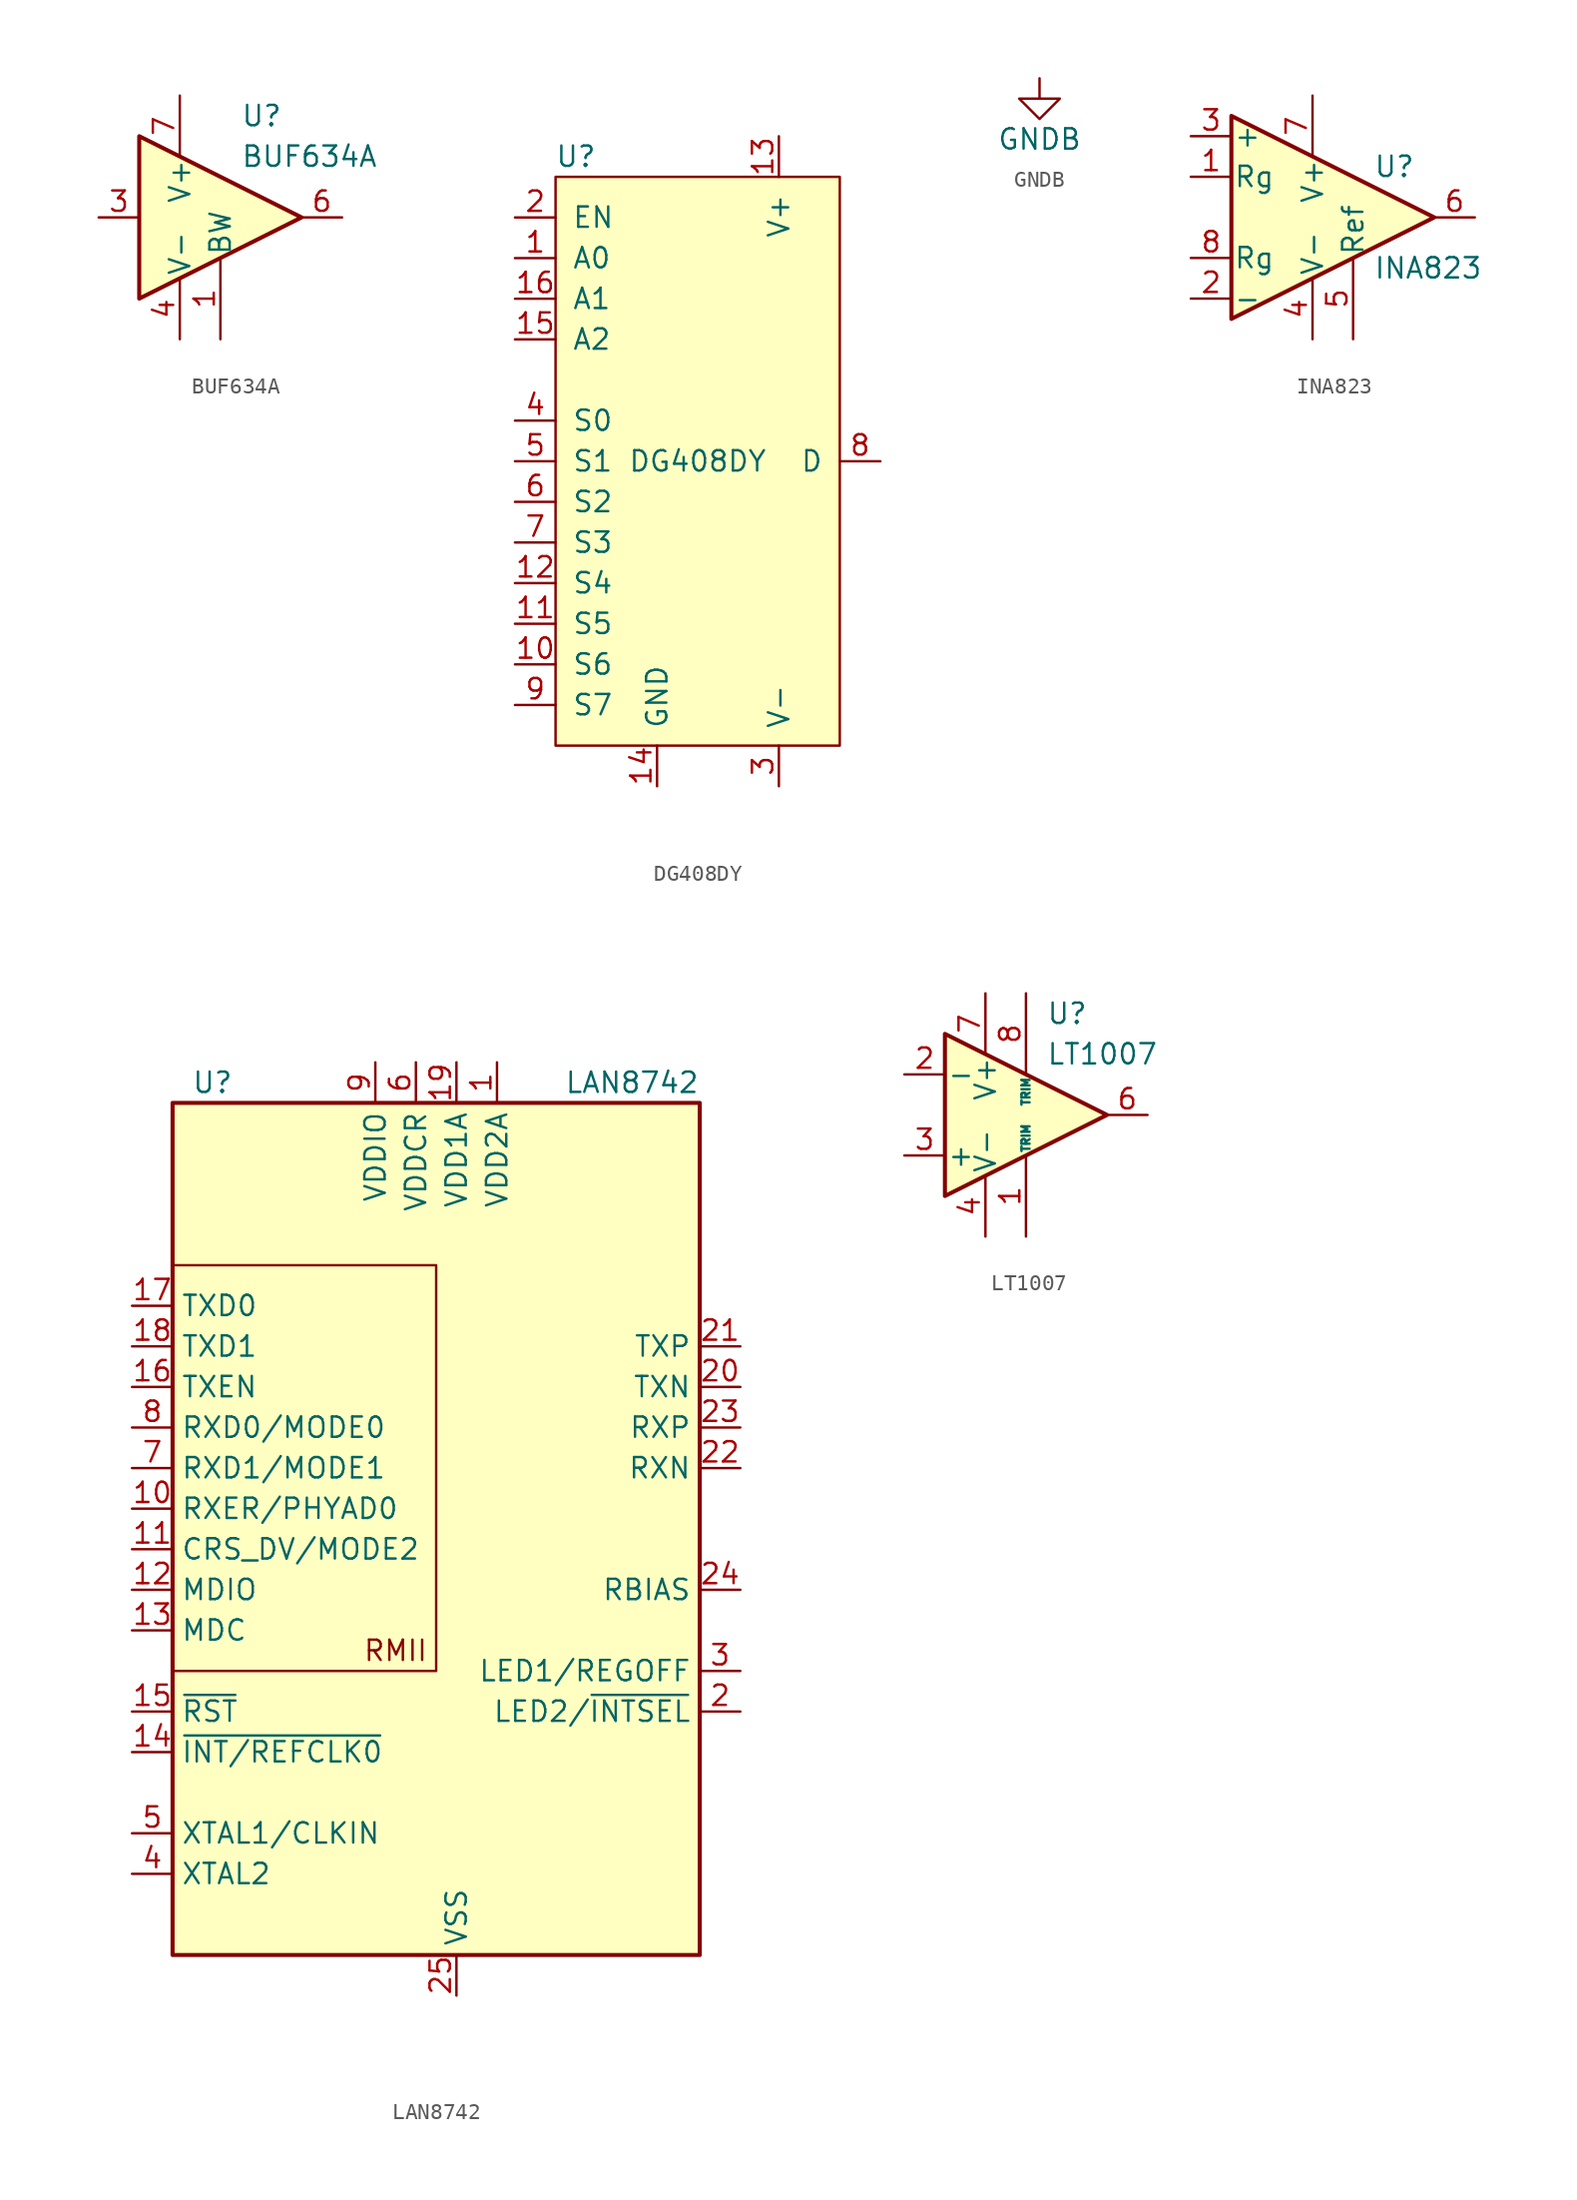
<source format=kicad_sym>
(kicad_symbol_lib
  (version 20211014)
  (generator kicad_symbol_editor)
  (symbol "BUF634A"
    (pin_names
      (offset 0.127))
    (property "Reference" "U"
      (at 1.27 6.35 0)
      (effects (font (size 1.27 1.27)) (justify left)))
    (property "Value" "BUF634A"
      (at 1.27 3.81 0)
      (effects (font (size 1.27 1.27)) (justify left)))
    (symbol "BUF634A_0_1"
      (polyline (pts (xy -5.08 5.08) (xy 5.08 0) (xy -5.08 -5.08) (xy -5.08 5.08)) (stroke (width 0.254) (type default) (color 0 0 0 0)) (fill (type background))))
    (symbol "BUF634A_1_1"
      (pin input line (at 0 -7.62 90) (length 5.08) (name "BW" (effects (font (size 1.27 1.27)))) (number "1" (effects (font (size 1.27 1.27)))))
      (pin no_connect non_logic (at 0 2.54 270) (length 0) hide (name "NC" (effects (font (size 0.508 0.508)))) (number "2" (effects (font (size 1.27 1.27)))))
      (pin input line (at -7.62 0 0) (length 2.54) (name "~" (effects (font (size 1.27 1.27)))) (number "3" (effects (font (size 1.27 1.27)))))
      (pin power_in line (at -2.54 -7.62 90) (length 3.81) (name "V-" (effects (font (size 1.27 1.27)))) (number "4" (effects (font (size 1.27 1.27)))))
      (pin no_connect non_logic (at 2.54 -1.27 90) (length 0) hide (name "NC" (effects (font (size 0.508 0.508)))) (number "5" (effects (font (size 1.27 1.27)))))
      (pin output line (at 7.62 0 180) (length 2.54) (name "~" (effects (font (size 1.27 1.27)))) (number "6" (effects (font (size 1.27 1.27)))))
      (pin power_in line (at -2.54 7.62 270) (length 3.81) (name "V+" (effects (font (size 1.27 1.27)))) (number "7" (effects (font (size 1.27 1.27)))))
      (pin no_connect non_logic (at 2.54 1.27 270) (length 0) hide (name "NC" (effects (font (size 0.508 0.508)))) (number "8" (effects (font (size 1.27 1.27)))))))
  (symbol "DG408DY"
    (pin_names
      (offset 1.016))
    (property "Reference" "U"
      (at -7.62 19.05 0)
      (effects (font (size 1.27 1.27))))
    (property "Value" "DG408DY"
      (at 0 0 0)
      (effects (font (size 1.27 1.27))))
    (symbol "DG408DY_0_1"
      (rectangle (start -8.89 17.78) (end 8.89 -17.78) (stroke (width 0) (type default) (color 0 0 0 0)) (fill (type background))))
    (symbol "DG408DY_1_1"
      (pin input line (at -11.43 12.7 0) (length 2.54) (name "A0" (effects (font (size 1.27 1.27)))) (number "1" (effects (font (size 1.27 1.27)))))
      (pin passive line (at -11.43 -12.7 0) (length 2.54) (name "S6" (effects (font (size 1.27 1.27)))) (number "10" (effects (font (size 1.27 1.27)))))
      (pin passive line (at -11.43 -10.16 0) (length 2.54) (name "S5" (effects (font (size 1.27 1.27)))) (number "11" (effects (font (size 1.27 1.27)))))
      (pin passive line (at -11.43 -7.62 0) (length 2.54) (name "S4" (effects (font (size 1.27 1.27)))) (number "12" (effects (font (size 1.27 1.27)))))
      (pin passive line (at 5.08 20.32 270) (length 2.54) (name "V+" (effects (font (size 1.27 1.27)))) (number "13" (effects (font (size 1.27 1.27)))))
      (pin passive line (at -2.54 -20.32 90) (length 2.54) (name "GND" (effects (font (size 1.27 1.27)))) (number "14" (effects (font (size 1.27 1.27)))))
      (pin input line (at -11.43 7.62 0) (length 2.54) (name "A2" (effects (font (size 1.27 1.27)))) (number "15" (effects (font (size 1.27 1.27)))))
      (pin input line (at -11.43 10.16 0) (length 2.54) (name "A1" (effects (font (size 1.27 1.27)))) (number "16" (effects (font (size 1.27 1.27)))))
      (pin input line (at -11.43 15.24 0) (length 2.54) (name "EN" (effects (font (size 1.27 1.27)))) (number "2" (effects (font (size 1.27 1.27)))))
      (pin passive line (at 5.08 -20.32 90) (length 2.54) (name "V-" (effects (font (size 1.27 1.27)))) (number "3" (effects (font (size 1.27 1.27)))))
      (pin passive line (at -11.43 2.54 0) (length 2.54) (name "S0" (effects (font (size 1.27 1.27)))) (number "4" (effects (font (size 1.27 1.27)))))
      (pin passive line (at -11.43 0 0) (length 2.54) (name "S1" (effects (font (size 1.27 1.27)))) (number "5" (effects (font (size 1.27 1.27)))))
      (pin passive line (at -11.43 -2.54 0) (length 2.54) (name "S2" (effects (font (size 1.27 1.27)))) (number "6" (effects (font (size 1.27 1.27)))))
      (pin passive line (at -11.43 -5.08 0) (length 2.54) (name "S3" (effects (font (size 1.27 1.27)))) (number "7" (effects (font (size 1.27 1.27)))))
      (pin bidirectional line (at 11.43 0 180) (length 2.54) (name "D" (effects (font (size 1.27 1.27)))) (number "8" (effects (font (size 1.27 1.27)))))
      (pin passive line (at -11.43 -15.24 0) (length 2.54) (name "S7" (effects (font (size 1.27 1.27)))) (number "9" (effects (font (size 1.27 1.27)))))))
  (symbol "GNDB"
    (power)
    (pin_names
      (offset 0))
    (property "Reference" "#PWR"
      (at 0 -6.35 0)
      (effects (font (size 1.27 1.27)) hide))
    (property "Value" "GNDB"
      (at 0 -3.81 0)
      (effects (font (size 1.27 1.27))))
    (symbol "GNDB_0_1"
      (polyline (pts (xy 0 0) (xy 0 -1.27) (xy 1.27 -1.27) (xy 0 -2.54) (xy -1.27 -1.27) (xy 0 -1.27)) (stroke (width 0) (type default) (color 0 0 0 0)) (fill (type none))))
    (symbol "GNDB_1_1"
      (pin power_in line (at 0 0 270) (length 0) hide (name "GNDB" (effects (font (size 1.27 1.27)))) (number "1" (effects (font (size 1.27 1.27)))))))
  (symbol "INA823"
    (pin_names
      (offset 0.127))
    (property "Reference" "U"
      (at 3.81 3.175 0)
      (effects (font (size 1.27 1.27)) (justify left)))
    (property "Value" "INA823"
      (at 3.81 -3.175 0)
      (effects (font (size 1.27 1.27)) (justify left)))
    (symbol "INA823_0_1"
      (polyline (pts (xy 7.62 0) (xy -5.08 6.35) (xy -5.08 -6.35) (xy 7.62 0)) (stroke (width 0.254) (type default) (color 0 0 0 0)) (fill (type background))))
    (symbol "INA823_1_1"
      (pin passive line (at -7.62 2.54 0) (length 2.54) (name "Rg" (effects (font (size 1.27 1.27)))) (number "1" (effects (font (size 1.27 1.27)))))
      (pin input line (at -7.62 -5.08 0) (length 2.54) (name "-" (effects (font (size 1.27 1.27)))) (number "2" (effects (font (size 1.27 1.27)))))
      (pin input line (at -7.62 5.08 0) (length 2.54) (name "+" (effects (font (size 1.27 1.27)))) (number "3" (effects (font (size 1.27 1.27)))))
      (pin power_in line (at 0 -7.62 90) (length 3.81) (name "V-" (effects (font (size 1.27 1.27)))) (number "4" (effects (font (size 1.27 1.27)))))
      (pin input line (at 2.54 -7.62 90) (length 5.08) (name "Ref" (effects (font (size 1.27 1.27)))) (number "5" (effects (font (size 1.27 1.27)))))
      (pin output line (at 10.16 0 180) (length 2.54) (name "~" (effects (font (size 1.27 1.27)))) (number "6" (effects (font (size 1.27 1.27)))))
      (pin power_in line (at 0 7.62 270) (length 3.81) (name "V+" (effects (font (size 1.27 1.27)))) (number "7" (effects (font (size 1.27 1.27)))))
      (pin passive line (at -7.62 -2.54 0) (length 2.54) (name "Rg" (effects (font (size 1.27 1.27)))) (number "8" (effects (font (size 1.27 1.27)))))))
  (symbol "LAN8742"
    (property "Reference" "U"
      (at -13.97 29.21 0)
      (effects (font (size 1.27 1.27)) (justify right)))
    (property "Value" "LAN8742"
      (at 15.24 29.21 0)
      (effects (font (size 1.27 1.27)) (justify right)))
    (symbol "LAN8742_0_0"
      (text "RMII" (at -3.81 -6.35 0) (effects (font (size 1.27 1.27)))))
    (symbol "LAN8742_0_1"
      (rectangle (start -17.78 17.78) (end -1.27 -7.62) (stroke (width 0) (type default) (color 0 0 0 0)) (fill (type none)))
      (rectangle (start -17.78 27.94) (end 15.24 -25.4) (stroke (width 0.254) (type default) (color 0 0 0 0)) (fill (type background))))
    (symbol "LAN8742_1_1"
      (pin power_in line (at 2.54 30.48 270) (length 2.54) (name "VDD2A" (effects (font (size 1.27 1.27)))) (number "1" (effects (font (size 1.27 1.27)))))
      (pin output line (at -20.32 2.54 0) (length 2.54) (name "RXER/PHYAD0" (effects (font (size 1.27 1.27)))) (number "10" (effects (font (size 1.27 1.27)))))
      (pin output line (at -20.32 0 0) (length 2.54) (name "CRS_DV/MODE2" (effects (font (size 1.27 1.27)))) (number "11" (effects (font (size 1.27 1.27)))))
      (pin bidirectional line (at -20.32 -2.54 0) (length 2.54) (name "MDIO" (effects (font (size 1.27 1.27)))) (number "12" (effects (font (size 1.27 1.27)))))
      (pin input line (at -20.32 -5.08 0) (length 2.54) (name "MDC" (effects (font (size 1.27 1.27)))) (number "13" (effects (font (size 1.27 1.27)))))
      (pin output line (at -20.32 -12.7 0) (length 2.54) (name "~{INT/REFCLK0}" (effects (font (size 1.27 1.27)))) (number "14" (effects (font (size 1.27 1.27)))))
      (pin input line (at -20.32 -10.16 0) (length 2.54) (name "~{RST}" (effects (font (size 1.27 1.27)))) (number "15" (effects (font (size 1.27 1.27)))))
      (pin input line (at -20.32 10.16 0) (length 2.54) (name "TXEN" (effects (font (size 1.27 1.27)))) (number "16" (effects (font (size 1.27 1.27)))))
      (pin input line (at -20.32 15.24 0) (length 2.54) (name "TXD0" (effects (font (size 1.27 1.27)))) (number "17" (effects (font (size 1.27 1.27)))))
      (pin input line (at -20.32 12.7 0) (length 2.54) (name "TXD1" (effects (font (size 1.27 1.27)))) (number "18" (effects (font (size 1.27 1.27)))))
      (pin power_in line (at 0 30.48 270) (length 2.54) (name "VDD1A" (effects (font (size 1.27 1.27)))) (number "19" (effects (font (size 1.27 1.27)))))
      (pin bidirectional line (at 17.78 -10.16 180) (length 2.54) (name "LED2/~{INTSEL}" (effects (font (size 1.27 1.27)))) (number "2" (effects (font (size 1.27 1.27)))))
      (pin output line (at 17.78 10.16 180) (length 2.54) (name "TXN" (effects (font (size 1.27 1.27)))) (number "20" (effects (font (size 1.27 1.27)))))
      (pin output line (at 17.78 12.7 180) (length 2.54) (name "TXP" (effects (font (size 1.27 1.27)))) (number "21" (effects (font (size 1.27 1.27)))))
      (pin output line (at 17.78 5.08 180) (length 2.54) (name "RXN" (effects (font (size 1.27 1.27)))) (number "22" (effects (font (size 1.27 1.27)))))
      (pin output line (at 17.78 7.62 180) (length 2.54) (name "RXP" (effects (font (size 1.27 1.27)))) (number "23" (effects (font (size 1.27 1.27)))))
      (pin input line (at 17.78 -2.54 180) (length 2.54) (name "RBIAS" (effects (font (size 1.27 1.27)))) (number "24" (effects (font (size 1.27 1.27)))))
      (pin passive line (at 0 -27.94 90) (length 2.54) (name "VSS" (effects (font (size 1.27 1.27)))) (number "25" (effects (font (size 1.27 1.27)))))
      (pin bidirectional line (at 17.78 -7.62 180) (length 2.54) (name "LED1/REGOFF" (effects (font (size 1.27 1.27)))) (number "3" (effects (font (size 1.27 1.27)))))
      (pin passive line (at -20.32 -20.32 0) (length 2.54) (name "XTAL2" (effects (font (size 1.27 1.27)))) (number "4" (effects (font (size 1.27 1.27)))))
      (pin passive line (at -20.32 -17.78 0) (length 2.54) (name "XTAL1/CLKIN" (effects (font (size 1.27 1.27)))) (number "5" (effects (font (size 1.27 1.27)))))
      (pin power_in line (at -2.54 30.48 270) (length 2.54) (name "VDDCR" (effects (font (size 1.27 1.27)))) (number "6" (effects (font (size 1.27 1.27)))))
      (pin output line (at -20.32 5.08 0) (length 2.54) (name "RXD1/MODE1" (effects (font (size 1.27 1.27)))) (number "7" (effects (font (size 1.27 1.27)))))
      (pin output line (at -20.32 7.62 0) (length 2.54) (name "RXD0/MODE0" (effects (font (size 1.27 1.27)))) (number "8" (effects (font (size 1.27 1.27)))))
      (pin power_in line (at -5.08 30.48 270) (length 2.54) (name "VDDIO" (effects (font (size 1.27 1.27)))) (number "9" (effects (font (size 1.27 1.27)))))))
  (symbol "LT1007"
    (pin_names
      (offset 0.127))
    (property "Reference" "U"
      (at 1.27 6.35 0)
      (effects (font (size 1.27 1.27)) (justify left)))
    (property "Value" "LT1007"
      (at 1.27 3.81 0)
      (effects (font (size 1.27 1.27)) (justify left)))
    (symbol "LT1007_0_1"
      (polyline (pts (xy -5.08 5.08) (xy 5.08 0) (xy -5.08 -5.08) (xy -5.08 5.08)) (stroke (width 0.254) (type default) (color 0 0 0 0)) (fill (type background))))
    (symbol "LT1007_1_1"
      (pin input line (at 0 -7.62 90) (length 5.08) (name "TRIM" (effects (font (size 0.508 0.508)))) (number "1" (effects (font (size 1.27 1.27)))))
      (pin input line (at -7.62 2.54 0) (length 2.54) (name "-" (effects (font (size 1.27 1.27)))) (number "2" (effects (font (size 1.27 1.27)))))
      (pin input line (at -7.62 -2.54 0) (length 2.54) (name "+" (effects (font (size 1.27 1.27)))) (number "3" (effects (font (size 1.27 1.27)))))
      (pin power_in line (at -2.54 -7.62 90) (length 3.81) (name "V-" (effects (font (size 1.27 1.27)))) (number "4" (effects (font (size 1.27 1.27)))))
      (pin no_connect non_logic (at 2.54 -1.27 90) (length 0) hide (name "NC" (effects (font (size 0.508 0.508)))) (number "5" (effects (font (size 1.27 1.27)))))
      (pin output line (at 7.62 0 180) (length 2.54) (name "~" (effects (font (size 1.27 1.27)))) (number "6" (effects (font (size 1.27 1.27)))))
      (pin power_in line (at -2.54 7.62 270) (length 3.81) (name "V+" (effects (font (size 1.27 1.27)))) (number "7" (effects (font (size 1.27 1.27)))))
      (pin input line (at 0 7.62 270) (length 5.08) (name "TRIM" (effects (font (size 0.508 0.508)))) (number "8" (effects (font (size 1.27 1.27))))))))
</source>
